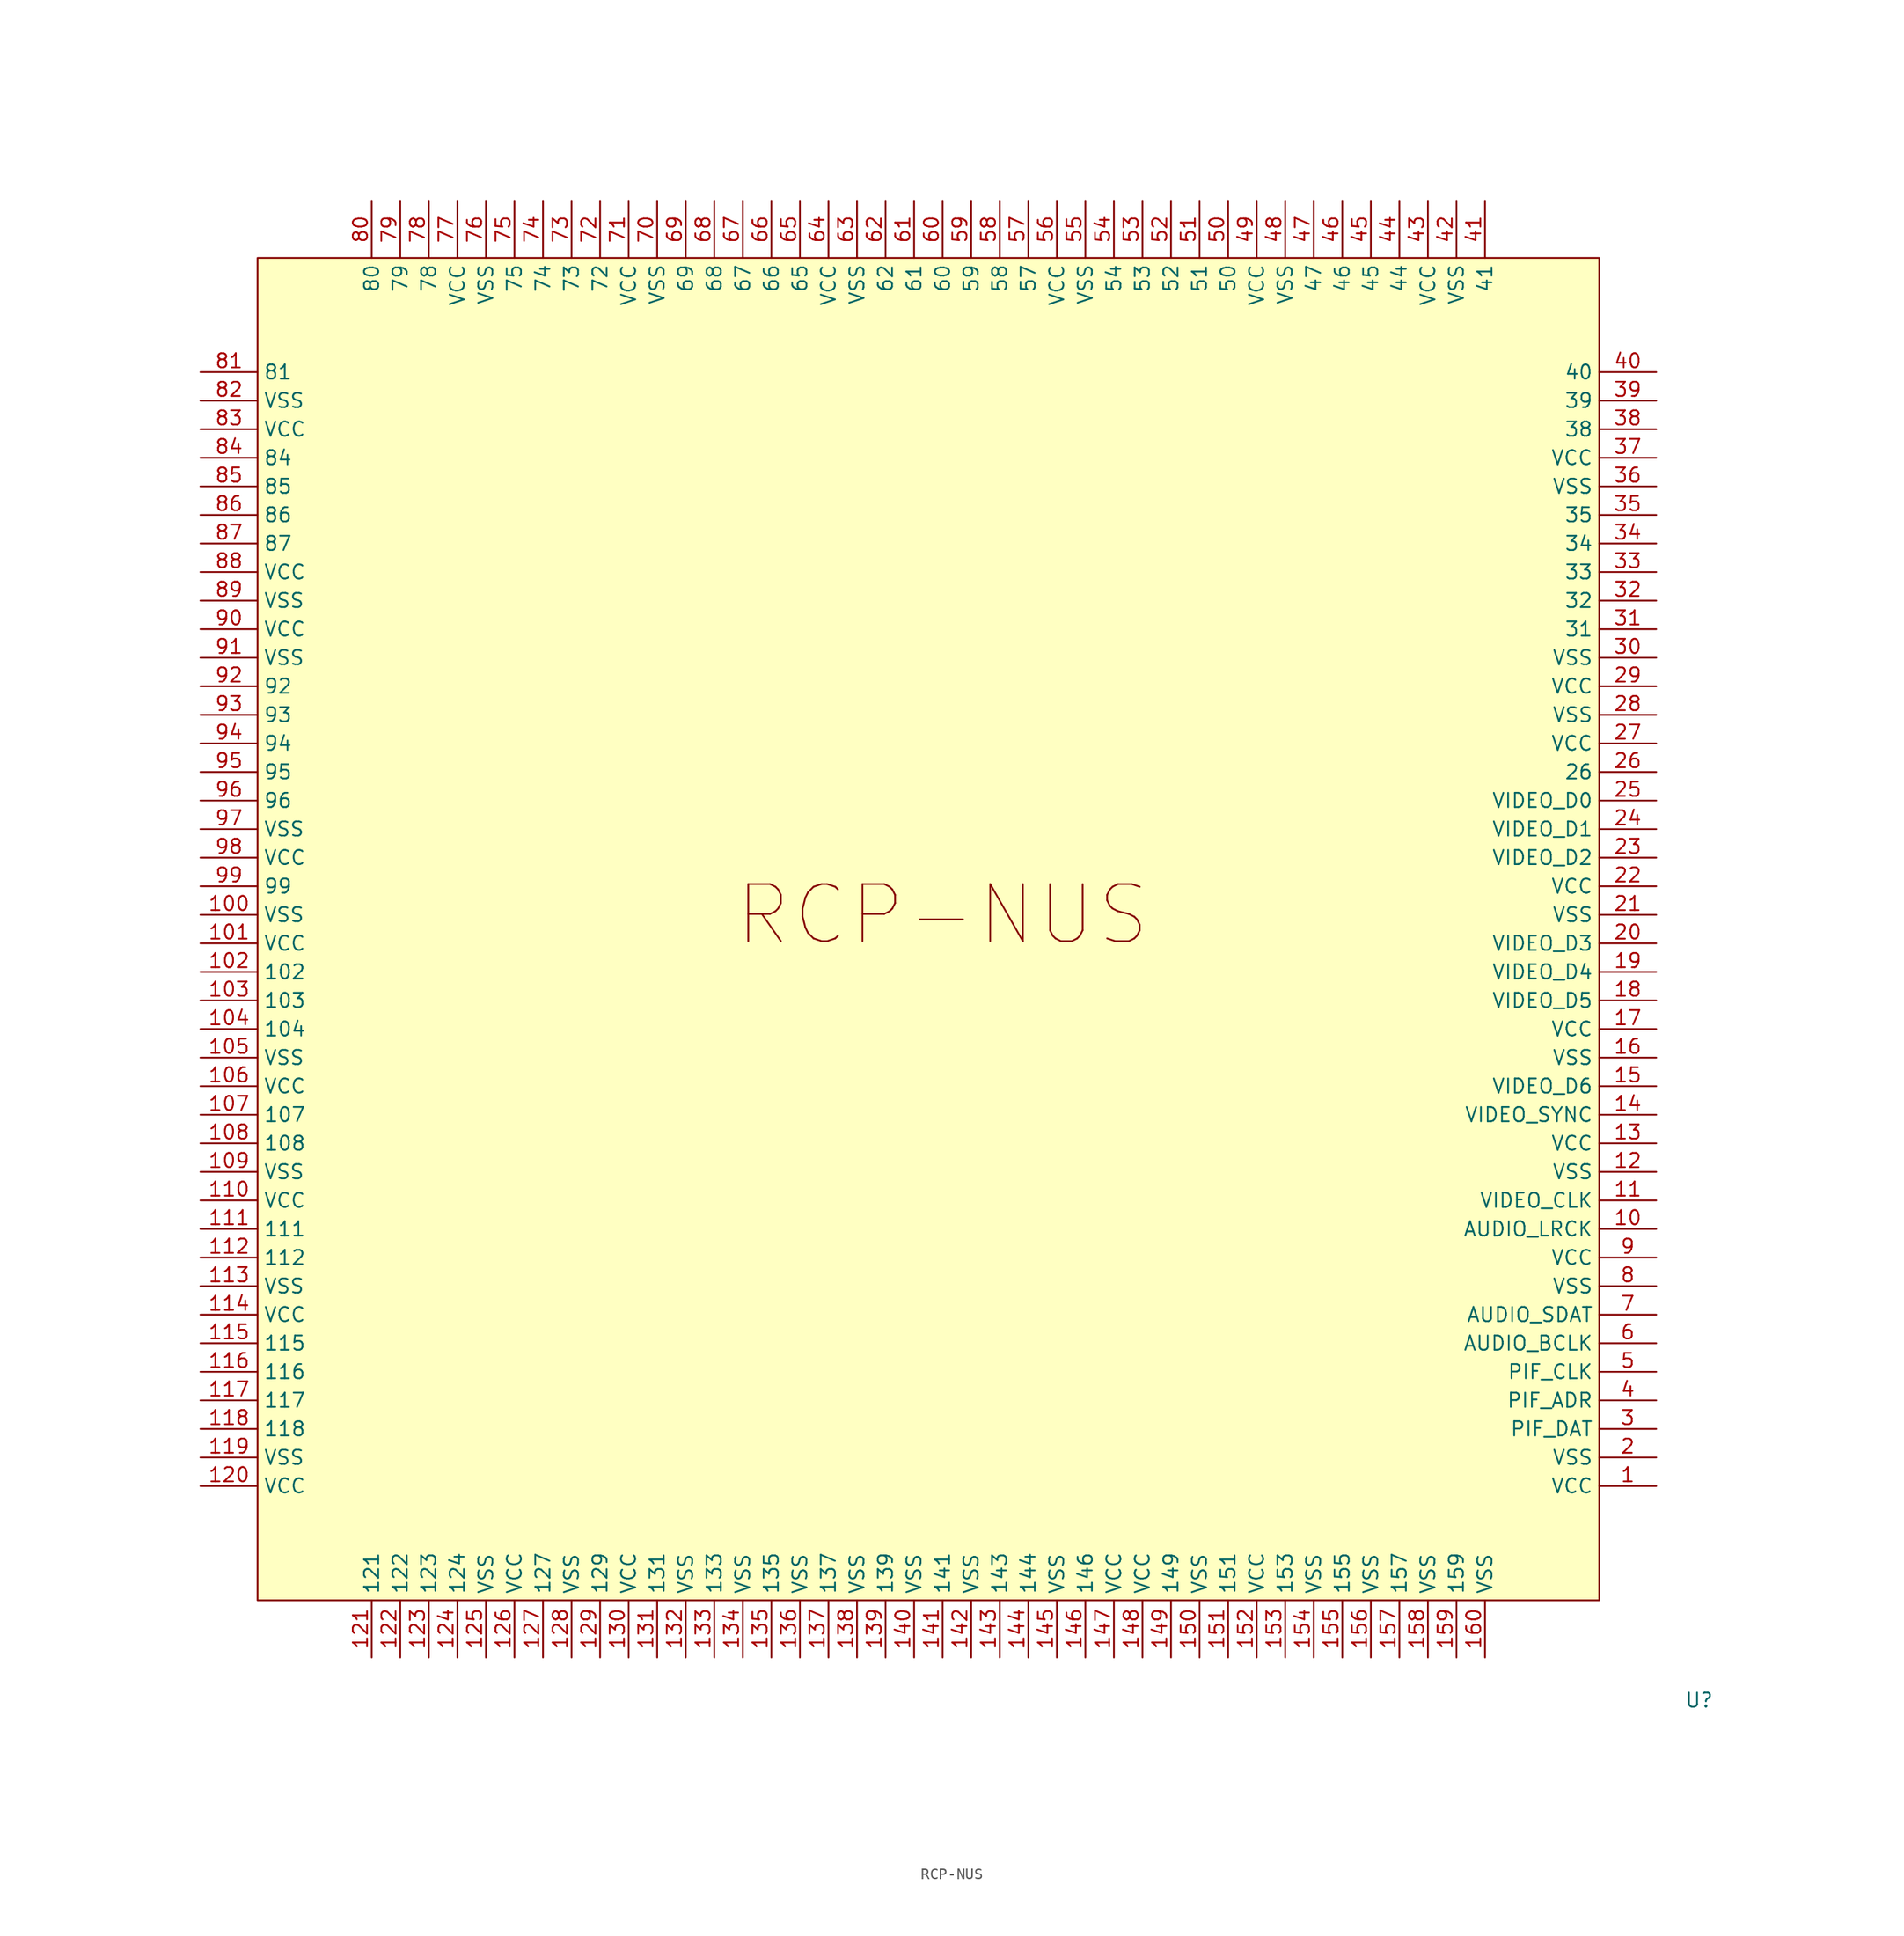
<source format=kicad_sym>
(kicad_symbol_lib
  (version 20220914)
  (generator kicad_symbol_editor)
  (symbol "RCP-NUS"
    (property "Reference" "U"
      (at 8.89 6.35 0)
      (effects (font (size 1.27 1.27))))
    (property "Value" ""
      (at 8.89 6.35 0)
      (effects (font (size 1.27 1.27))))
    (symbol "RCP-NUS_1_1"
      (rectangle (start -119.38 134.62) (end 0 15.24) (stroke (width 0) (type default)) (fill (type background)))
      (text "RCP-NUS" (at -58.42 76.2 0) (effects (font (size 5.08 5.08))))
      (pin bidirectional line (at 5.08 25.4 180) (length 5.08) (name "VCC" (effects (font (size 1.27 1.27)))) (number "1" (effects (font (size 1.27 1.27)))))
      (pin bidirectional line (at 5.08 48.26 180) (length 5.08) (name "AUDIO_LRCK" (effects (font (size 1.27 1.27)))) (number "10" (effects (font (size 1.27 1.27)))))
      (pin bidirectional line (at -124.46 76.2 0) (length 5.08) (name "VSS" (effects (font (size 1.27 1.27)))) (number "100" (effects (font (size 1.27 1.27)))))
      (pin bidirectional line (at -124.46 73.66 0) (length 5.08) (name "VCC" (effects (font (size 1.27 1.27)))) (number "101" (effects (font (size 1.27 1.27)))))
      (pin bidirectional line (at -124.46 71.12 0) (length 5.08) (name "102" (effects (font (size 1.27 1.27)))) (number "102" (effects (font (size 1.27 1.27)))))
      (pin bidirectional line (at -124.46 68.58 0) (length 5.08) (name "103" (effects (font (size 1.27 1.27)))) (number "103" (effects (font (size 1.27 1.27)))))
      (pin bidirectional line (at -124.46 66.04 0) (length 5.08) (name "104" (effects (font (size 1.27 1.27)))) (number "104" (effects (font (size 1.27 1.27)))))
      (pin bidirectional line (at -124.46 63.5 0) (length 5.08) (name "VSS" (effects (font (size 1.27 1.27)))) (number "105" (effects (font (size 1.27 1.27)))))
      (pin bidirectional line (at -124.46 60.96 0) (length 5.08) (name "VCC" (effects (font (size 1.27 1.27)))) (number "106" (effects (font (size 1.27 1.27)))))
      (pin bidirectional line (at -124.46 58.42 0) (length 5.08) (name "107" (effects (font (size 1.27 1.27)))) (number "107" (effects (font (size 1.27 1.27)))))
      (pin bidirectional line (at -124.46 55.88 0) (length 5.08) (name "108" (effects (font (size 1.27 1.27)))) (number "108" (effects (font (size 1.27 1.27)))))
      (pin bidirectional line (at -124.46 53.34 0) (length 5.08) (name "VSS" (effects (font (size 1.27 1.27)))) (number "109" (effects (font (size 1.27 1.27)))))
      (pin bidirectional line (at 5.08 50.8 180) (length 5.08) (name "VIDEO_CLK" (effects (font (size 1.27 1.27)))) (number "11" (effects (font (size 1.27 1.27)))))
      (pin bidirectional line (at -124.46 50.8 0) (length 5.08) (name "VCC" (effects (font (size 1.27 1.27)))) (number "110" (effects (font (size 1.27 1.27)))))
      (pin bidirectional line (at -124.46 48.26 0) (length 5.08) (name "111" (effects (font (size 1.27 1.27)))) (number "111" (effects (font (size 1.27 1.27)))))
      (pin bidirectional line (at -124.46 45.72 0) (length 5.08) (name "112" (effects (font (size 1.27 1.27)))) (number "112" (effects (font (size 1.27 1.27)))))
      (pin bidirectional line (at -124.46 43.18 0) (length 5.08) (name "VSS" (effects (font (size 1.27 1.27)))) (number "113" (effects (font (size 1.27 1.27)))))
      (pin bidirectional line (at -124.46 40.64 0) (length 5.08) (name "VCC" (effects (font (size 1.27 1.27)))) (number "114" (effects (font (size 1.27 1.27)))))
      (pin bidirectional line (at -124.46 38.1 0) (length 5.08) (name "115" (effects (font (size 1.27 1.27)))) (number "115" (effects (font (size 1.27 1.27)))))
      (pin bidirectional line (at -124.46 35.56 0) (length 5.08) (name "116" (effects (font (size 1.27 1.27)))) (number "116" (effects (font (size 1.27 1.27)))))
      (pin bidirectional line (at -124.46 33.02 0) (length 5.08) (name "117" (effects (font (size 1.27 1.27)))) (number "117" (effects (font (size 1.27 1.27)))))
      (pin bidirectional line (at -124.46 30.48 0) (length 5.08) (name "118" (effects (font (size 1.27 1.27)))) (number "118" (effects (font (size 1.27 1.27)))))
      (pin bidirectional line (at -124.46 27.94 0) (length 5.08) (name "VSS" (effects (font (size 1.27 1.27)))) (number "119" (effects (font (size 1.27 1.27)))))
      (pin bidirectional line (at 5.08 53.34 180) (length 5.08) (name "VSS" (effects (font (size 1.27 1.27)))) (number "12" (effects (font (size 1.27 1.27)))))
      (pin bidirectional line (at -124.46 25.4 0) (length 5.08) (name "VCC" (effects (font (size 1.27 1.27)))) (number "120" (effects (font (size 1.27 1.27)))))
      (pin bidirectional line (at -109.22 10.16 90) (length 5.08) (name "121" (effects (font (size 1.27 1.27)))) (number "121" (effects (font (size 1.27 1.27)))))
      (pin bidirectional line (at -106.68 10.16 90) (length 5.08) (name "122" (effects (font (size 1.27 1.27)))) (number "122" (effects (font (size 1.27 1.27)))))
      (pin bidirectional line (at -104.14 10.16 90) (length 5.08) (name "123" (effects (font (size 1.27 1.27)))) (number "123" (effects (font (size 1.27 1.27)))))
      (pin bidirectional line (at -101.6 10.16 90) (length 5.08) (name "124" (effects (font (size 1.27 1.27)))) (number "124" (effects (font (size 1.27 1.27)))))
      (pin bidirectional line (at -99.06 10.16 90) (length 5.08) (name "VSS" (effects (font (size 1.27 1.27)))) (number "125" (effects (font (size 1.27 1.27)))))
      (pin bidirectional line (at -96.52 10.16 90) (length 5.08) (name "VCC" (effects (font (size 1.27 1.27)))) (number "126" (effects (font (size 1.27 1.27)))))
      (pin bidirectional line (at -93.98 10.16 90) (length 5.08) (name "127" (effects (font (size 1.27 1.27)))) (number "127" (effects (font (size 1.27 1.27)))))
      (pin bidirectional line (at -91.44 10.16 90) (length 5.08) (name "VSS" (effects (font (size 1.27 1.27)))) (number "128" (effects (font (size 1.27 1.27)))))
      (pin bidirectional line (at -88.9 10.16 90) (length 5.08) (name "129" (effects (font (size 1.27 1.27)))) (number "129" (effects (font (size 1.27 1.27)))))
      (pin bidirectional line (at 5.08 55.88 180) (length 5.08) (name "VCC" (effects (font (size 1.27 1.27)))) (number "13" (effects (font (size 1.27 1.27)))))
      (pin bidirectional line (at -86.36 10.16 90) (length 5.08) (name "VCC" (effects (font (size 1.27 1.27)))) (number "130" (effects (font (size 1.27 1.27)))))
      (pin bidirectional line (at -83.82 10.16 90) (length 5.08) (name "131" (effects (font (size 1.27 1.27)))) (number "131" (effects (font (size 1.27 1.27)))))
      (pin bidirectional line (at -81.28 10.16 90) (length 5.08) (name "VSS" (effects (font (size 1.27 1.27)))) (number "132" (effects (font (size 1.27 1.27)))))
      (pin bidirectional line (at -78.74 10.16 90) (length 5.08) (name "133" (effects (font (size 1.27 1.27)))) (number "133" (effects (font (size 1.27 1.27)))))
      (pin bidirectional line (at -76.2 10.16 90) (length 5.08) (name "VSS" (effects (font (size 1.27 1.27)))) (number "134" (effects (font (size 1.27 1.27)))))
      (pin bidirectional line (at -73.66 10.16 90) (length 5.08) (name "135" (effects (font (size 1.27 1.27)))) (number "135" (effects (font (size 1.27 1.27)))))
      (pin bidirectional line (at -71.12 10.16 90) (length 5.08) (name "VSS" (effects (font (size 1.27 1.27)))) (number "136" (effects (font (size 1.27 1.27)))))
      (pin bidirectional line (at -68.58 10.16 90) (length 5.08) (name "137" (effects (font (size 1.27 1.27)))) (number "137" (effects (font (size 1.27 1.27)))))
      (pin bidirectional line (at -66.04 10.16 90) (length 5.08) (name "VSS" (effects (font (size 1.27 1.27)))) (number "138" (effects (font (size 1.27 1.27)))))
      (pin bidirectional line (at -63.5 10.16 90) (length 5.08) (name "139" (effects (font (size 1.27 1.27)))) (number "139" (effects (font (size 1.27 1.27)))))
      (pin bidirectional line (at 5.08 58.42 180) (length 5.08) (name "VIDEO_SYNC" (effects (font (size 1.27 1.27)))) (number "14" (effects (font (size 1.27 1.27)))))
      (pin bidirectional line (at -60.96 10.16 90) (length 5.08) (name "VSS" (effects (font (size 1.27 1.27)))) (number "140" (effects (font (size 1.27 1.27)))))
      (pin bidirectional line (at -58.42 10.16 90) (length 5.08) (name "141" (effects (font (size 1.27 1.27)))) (number "141" (effects (font (size 1.27 1.27)))))
      (pin bidirectional line (at -55.88 10.16 90) (length 5.08) (name "VSS" (effects (font (size 1.27 1.27)))) (number "142" (effects (font (size 1.27 1.27)))))
      (pin bidirectional line (at -53.34 10.16 90) (length 5.08) (name "143" (effects (font (size 1.27 1.27)))) (number "143" (effects (font (size 1.27 1.27)))))
      (pin bidirectional line (at -50.8 10.16 90) (length 5.08) (name "144" (effects (font (size 1.27 1.27)))) (number "144" (effects (font (size 1.27 1.27)))))
      (pin bidirectional line (at -48.26 10.16 90) (length 5.08) (name "VSS" (effects (font (size 1.27 1.27)))) (number "145" (effects (font (size 1.27 1.27)))))
      (pin bidirectional line (at -45.72 10.16 90) (length 5.08) (name "146" (effects (font (size 1.27 1.27)))) (number "146" (effects (font (size 1.27 1.27)))))
      (pin bidirectional line (at -43.18 10.16 90) (length 5.08) (name "VCC" (effects (font (size 1.27 1.27)))) (number "147" (effects (font (size 1.27 1.27)))))
      (pin bidirectional line (at -40.64 10.16 90) (length 5.08) (name "VCC" (effects (font (size 1.27 1.27)))) (number "148" (effects (font (size 1.27 1.27)))))
      (pin bidirectional line (at -38.1 10.16 90) (length 5.08) (name "149" (effects (font (size 1.27 1.27)))) (number "149" (effects (font (size 1.27 1.27)))))
      (pin bidirectional line (at 5.08 60.96 180) (length 5.08) (name "VIDEO_D6" (effects (font (size 1.27 1.27)))) (number "15" (effects (font (size 1.27 1.27)))))
      (pin bidirectional line (at -35.56 10.16 90) (length 5.08) (name "VSS" (effects (font (size 1.27 1.27)))) (number "150" (effects (font (size 1.27 1.27)))))
      (pin bidirectional line (at -33.02 10.16 90) (length 5.08) (name "151" (effects (font (size 1.27 1.27)))) (number "151" (effects (font (size 1.27 1.27)))))
      (pin bidirectional line (at -30.48 10.16 90) (length 5.08) (name "VCC" (effects (font (size 1.27 1.27)))) (number "152" (effects (font (size 1.27 1.27)))))
      (pin bidirectional line (at -27.94 10.16 90) (length 5.08) (name "153" (effects (font (size 1.27 1.27)))) (number "153" (effects (font (size 1.27 1.27)))))
      (pin bidirectional line (at -25.4 10.16 90) (length 5.08) (name "VSS" (effects (font (size 1.27 1.27)))) (number "154" (effects (font (size 1.27 1.27)))))
      (pin bidirectional line (at -22.86 10.16 90) (length 5.08) (name "155" (effects (font (size 1.27 1.27)))) (number "155" (effects (font (size 1.27 1.27)))))
      (pin bidirectional line (at -20.32 10.16 90) (length 5.08) (name "VSS" (effects (font (size 1.27 1.27)))) (number "156" (effects (font (size 1.27 1.27)))))
      (pin bidirectional line (at -17.78 10.16 90) (length 5.08) (name "157" (effects (font (size 1.27 1.27)))) (number "157" (effects (font (size 1.27 1.27)))))
      (pin bidirectional line (at -15.24 10.16 90) (length 5.08) (name "VSS" (effects (font (size 1.27 1.27)))) (number "158" (effects (font (size 1.27 1.27)))))
      (pin bidirectional line (at -12.7 10.16 90) (length 5.08) (name "159" (effects (font (size 1.27 1.27)))) (number "159" (effects (font (size 1.27 1.27)))))
      (pin bidirectional line (at 5.08 63.5 180) (length 5.08) (name "VSS" (effects (font (size 1.27 1.27)))) (number "16" (effects (font (size 1.27 1.27)))))
      (pin bidirectional line (at -10.16 10.16 90) (length 5.08) (name "VSS" (effects (font (size 1.27 1.27)))) (number "160" (effects (font (size 1.27 1.27)))))
      (pin bidirectional line (at 5.08 66.04 180) (length 5.08) (name "VCC" (effects (font (size 1.27 1.27)))) (number "17" (effects (font (size 1.27 1.27)))))
      (pin bidirectional line (at 5.08 68.58 180) (length 5.08) (name "VIDEO_D5" (effects (font (size 1.27 1.27)))) (number "18" (effects (font (size 1.27 1.27)))))
      (pin bidirectional line (at 5.08 71.12 180) (length 5.08) (name "VIDEO_D4" (effects (font (size 1.27 1.27)))) (number "19" (effects (font (size 1.27 1.27)))))
      (pin bidirectional line (at 5.08 27.94 180) (length 5.08) (name "VSS" (effects (font (size 1.27 1.27)))) (number "2" (effects (font (size 1.27 1.27)))))
      (pin bidirectional line (at 5.08 73.66 180) (length 5.08) (name "VIDEO_D3" (effects (font (size 1.27 1.27)))) (number "20" (effects (font (size 1.27 1.27)))))
      (pin bidirectional line (at 5.08 76.2 180) (length 5.08) (name "VSS" (effects (font (size 1.27 1.27)))) (number "21" (effects (font (size 1.27 1.27)))))
      (pin bidirectional line (at 5.08 78.74 180) (length 5.08) (name "VCC" (effects (font (size 1.27 1.27)))) (number "22" (effects (font (size 1.27 1.27)))))
      (pin bidirectional line (at 5.08 81.28 180) (length 5.08) (name "VIDEO_D2" (effects (font (size 1.27 1.27)))) (number "23" (effects (font (size 1.27 1.27)))))
      (pin bidirectional line (at 5.08 83.82 180) (length 5.08) (name "VIDEO_D1" (effects (font (size 1.27 1.27)))) (number "24" (effects (font (size 1.27 1.27)))))
      (pin bidirectional line (at 5.08 86.36 180) (length 5.08) (name "VIDEO_D0" (effects (font (size 1.27 1.27)))) (number "25" (effects (font (size 1.27 1.27)))))
      (pin bidirectional line (at 5.08 88.9 180) (length 5.08) (name "26" (effects (font (size 1.27 1.27)))) (number "26" (effects (font (size 1.27 1.27)))))
      (pin bidirectional line (at 5.08 91.44 180) (length 5.08) (name "VCC" (effects (font (size 1.27 1.27)))) (number "27" (effects (font (size 1.27 1.27)))))
      (pin bidirectional line (at 5.08 93.98 180) (length 5.08) (name "VSS" (effects (font (size 1.27 1.27)))) (number "28" (effects (font (size 1.27 1.27)))))
      (pin bidirectional line (at 5.08 96.52 180) (length 5.08) (name "VCC" (effects (font (size 1.27 1.27)))) (number "29" (effects (font (size 1.27 1.27)))))
      (pin bidirectional line (at 5.08 30.48 180) (length 5.08) (name "PIF_DAT" (effects (font (size 1.27 1.27)))) (number "3" (effects (font (size 1.27 1.27)))))
      (pin bidirectional line (at 5.08 99.06 180) (length 5.08) (name "VSS" (effects (font (size 1.27 1.27)))) (number "30" (effects (font (size 1.27 1.27)))))
      (pin bidirectional line (at 5.08 101.6 180) (length 5.08) (name "31" (effects (font (size 1.27 1.27)))) (number "31" (effects (font (size 1.27 1.27)))))
      (pin bidirectional line (at 5.08 104.14 180) (length 5.08) (name "32" (effects (font (size 1.27 1.27)))) (number "32" (effects (font (size 1.27 1.27)))))
      (pin bidirectional line (at 5.08 106.68 180) (length 5.08) (name "33" (effects (font (size 1.27 1.27)))) (number "33" (effects (font (size 1.27 1.27)))))
      (pin bidirectional line (at 5.08 109.22 180) (length 5.08) (name "34" (effects (font (size 1.27 1.27)))) (number "34" (effects (font (size 1.27 1.27)))))
      (pin bidirectional line (at 5.08 111.76 180) (length 5.08) (name "35" (effects (font (size 1.27 1.27)))) (number "35" (effects (font (size 1.27 1.27)))))
      (pin bidirectional line (at 5.08 114.3 180) (length 5.08) (name "VSS" (effects (font (size 1.27 1.27)))) (number "36" (effects (font (size 1.27 1.27)))))
      (pin bidirectional line (at 5.08 116.84 180) (length 5.08) (name "VCC" (effects (font (size 1.27 1.27)))) (number "37" (effects (font (size 1.27 1.27)))))
      (pin bidirectional line (at 5.08 119.38 180) (length 5.08) (name "38" (effects (font (size 1.27 1.27)))) (number "38" (effects (font (size 1.27 1.27)))))
      (pin bidirectional line (at 5.08 121.92 180) (length 5.08) (name "39" (effects (font (size 1.27 1.27)))) (number "39" (effects (font (size 1.27 1.27)))))
      (pin bidirectional line (at 5.08 33.02 180) (length 5.08) (name "PIF_ADR" (effects (font (size 1.27 1.27)))) (number "4" (effects (font (size 1.27 1.27)))))
      (pin bidirectional line (at 5.08 124.46 180) (length 5.08) (name "40" (effects (font (size 1.27 1.27)))) (number "40" (effects (font (size 1.27 1.27)))))
      (pin bidirectional line (at -10.16 139.7 270) (length 5.08) (name "41" (effects (font (size 1.27 1.27)))) (number "41" (effects (font (size 1.27 1.27)))))
      (pin bidirectional line (at -12.7 139.7 270) (length 5.08) (name "VSS" (effects (font (size 1.27 1.27)))) (number "42" (effects (font (size 1.27 1.27)))))
      (pin bidirectional line (at -15.24 139.7 270) (length 5.08) (name "VCC" (effects (font (size 1.27 1.27)))) (number "43" (effects (font (size 1.27 1.27)))))
      (pin bidirectional line (at -17.78 139.7 270) (length 5.08) (name "44" (effects (font (size 1.27 1.27)))) (number "44" (effects (font (size 1.27 1.27)))))
      (pin bidirectional line (at -20.32 139.7 270) (length 5.08) (name "45" (effects (font (size 1.27 1.27)))) (number "45" (effects (font (size 1.27 1.27)))))
      (pin bidirectional line (at -22.86 139.7 270) (length 5.08) (name "46" (effects (font (size 1.27 1.27)))) (number "46" (effects (font (size 1.27 1.27)))))
      (pin bidirectional line (at -25.4 139.7 270) (length 5.08) (name "47" (effects (font (size 1.27 1.27)))) (number "47" (effects (font (size 1.27 1.27)))))
      (pin bidirectional line (at -27.94 139.7 270) (length 5.08) (name "VSS" (effects (font (size 1.27 1.27)))) (number "48" (effects (font (size 1.27 1.27)))))
      (pin bidirectional line (at -30.48 139.7 270) (length 5.08) (name "VCC" (effects (font (size 1.27 1.27)))) (number "49" (effects (font (size 1.27 1.27)))))
      (pin bidirectional line (at 5.08 35.56 180) (length 5.08) (name "PIF_CLK" (effects (font (size 1.27 1.27)))) (number "5" (effects (font (size 1.27 1.27)))))
      (pin bidirectional line (at -33.02 139.7 270) (length 5.08) (name "50" (effects (font (size 1.27 1.27)))) (number "50" (effects (font (size 1.27 1.27)))))
      (pin bidirectional line (at -35.56 139.7 270) (length 5.08) (name "51" (effects (font (size 1.27 1.27)))) (number "51" (effects (font (size 1.27 1.27)))))
      (pin bidirectional line (at -38.1 139.7 270) (length 5.08) (name "52" (effects (font (size 1.27 1.27)))) (number "52" (effects (font (size 1.27 1.27)))))
      (pin bidirectional line (at -40.64 139.7 270) (length 5.08) (name "53" (effects (font (size 1.27 1.27)))) (number "53" (effects (font (size 1.27 1.27)))))
      (pin bidirectional line (at -43.18 139.7 270) (length 5.08) (name "54" (effects (font (size 1.27 1.27)))) (number "54" (effects (font (size 1.27 1.27)))))
      (pin bidirectional line (at -45.72 139.7 270) (length 5.08) (name "VSS" (effects (font (size 1.27 1.27)))) (number "55" (effects (font (size 1.27 1.27)))))
      (pin bidirectional line (at -48.26 139.7 270) (length 5.08) (name "VCC" (effects (font (size 1.27 1.27)))) (number "56" (effects (font (size 1.27 1.27)))))
      (pin bidirectional line (at -50.8 139.7 270) (length 5.08) (name "57" (effects (font (size 1.27 1.27)))) (number "57" (effects (font (size 1.27 1.27)))))
      (pin bidirectional line (at -53.34 139.7 270) (length 5.08) (name "58" (effects (font (size 1.27 1.27)))) (number "58" (effects (font (size 1.27 1.27)))))
      (pin bidirectional line (at -55.88 139.7 270) (length 5.08) (name "59" (effects (font (size 1.27 1.27)))) (number "59" (effects (font (size 1.27 1.27)))))
      (pin bidirectional line (at 5.08 38.1 180) (length 5.08) (name "AUDIO_BCLK" (effects (font (size 1.27 1.27)))) (number "6" (effects (font (size 1.27 1.27)))))
      (pin bidirectional line (at -58.42 139.7 270) (length 5.08) (name "60" (effects (font (size 1.27 1.27)))) (number "60" (effects (font (size 1.27 1.27)))))
      (pin bidirectional line (at -60.96 139.7 270) (length 5.08) (name "61" (effects (font (size 1.27 1.27)))) (number "61" (effects (font (size 1.27 1.27)))))
      (pin bidirectional line (at -63.5 139.7 270) (length 5.08) (name "62" (effects (font (size 1.27 1.27)))) (number "62" (effects (font (size 1.27 1.27)))))
      (pin bidirectional line (at -66.04 139.7 270) (length 5.08) (name "VSS" (effects (font (size 1.27 1.27)))) (number "63" (effects (font (size 1.27 1.27)))))
      (pin bidirectional line (at -68.58 139.7 270) (length 5.08) (name "VCC" (effects (font (size 1.27 1.27)))) (number "64" (effects (font (size 1.27 1.27)))))
      (pin bidirectional line (at -71.12 139.7 270) (length 5.08) (name "65" (effects (font (size 1.27 1.27)))) (number "65" (effects (font (size 1.27 1.27)))))
      (pin bidirectional line (at -73.66 139.7 270) (length 5.08) (name "66" (effects (font (size 1.27 1.27)))) (number "66" (effects (font (size 1.27 1.27)))))
      (pin bidirectional line (at -76.2 139.7 270) (length 5.08) (name "67" (effects (font (size 1.27 1.27)))) (number "67" (effects (font (size 1.27 1.27)))))
      (pin bidirectional line (at -78.74 139.7 270) (length 5.08) (name "68" (effects (font (size 1.27 1.27)))) (number "68" (effects (font (size 1.27 1.27)))))
      (pin bidirectional line (at -81.28 139.7 270) (length 5.08) (name "69" (effects (font (size 1.27 1.27)))) (number "69" (effects (font (size 1.27 1.27)))))
      (pin bidirectional line (at 5.08 40.64 180) (length 5.08) (name "AUDIO_SDAT" (effects (font (size 1.27 1.27)))) (number "7" (effects (font (size 1.27 1.27)))))
      (pin bidirectional line (at -83.82 139.7 270) (length 5.08) (name "VSS" (effects (font (size 1.27 1.27)))) (number "70" (effects (font (size 1.27 1.27)))))
      (pin bidirectional line (at -86.36 139.7 270) (length 5.08) (name "VCC" (effects (font (size 1.27 1.27)))) (number "71" (effects (font (size 1.27 1.27)))))
      (pin bidirectional line (at -88.9 139.7 270) (length 5.08) (name "72" (effects (font (size 1.27 1.27)))) (number "72" (effects (font (size 1.27 1.27)))))
      (pin bidirectional line (at -91.44 139.7 270) (length 5.08) (name "73" (effects (font (size 1.27 1.27)))) (number "73" (effects (font (size 1.27 1.27)))))
      (pin bidirectional line (at -93.98 139.7 270) (length 5.08) (name "74" (effects (font (size 1.27 1.27)))) (number "74" (effects (font (size 1.27 1.27)))))
      (pin bidirectional line (at -96.52 139.7 270) (length 5.08) (name "75" (effects (font (size 1.27 1.27)))) (number "75" (effects (font (size 1.27 1.27)))))
      (pin bidirectional line (at -99.06 139.7 270) (length 5.08) (name "VSS" (effects (font (size 1.27 1.27)))) (number "76" (effects (font (size 1.27 1.27)))))
      (pin bidirectional line (at -101.6 139.7 270) (length 5.08) (name "VCC" (effects (font (size 1.27 1.27)))) (number "77" (effects (font (size 1.27 1.27)))))
      (pin bidirectional line (at -104.14 139.7 270) (length 5.08) (name "78" (effects (font (size 1.27 1.27)))) (number "78" (effects (font (size 1.27 1.27)))))
      (pin bidirectional line (at -106.68 139.7 270) (length 5.08) (name "79" (effects (font (size 1.27 1.27)))) (number "79" (effects (font (size 1.27 1.27)))))
      (pin bidirectional line (at 5.08 43.18 180) (length 5.08) (name "VSS" (effects (font (size 1.27 1.27)))) (number "8" (effects (font (size 1.27 1.27)))))
      (pin bidirectional line (at -109.22 139.7 270) (length 5.08) (name "80" (effects (font (size 1.27 1.27)))) (number "80" (effects (font (size 1.27 1.27)))))
      (pin bidirectional line (at -124.46 124.46 0) (length 5.08) (name "81" (effects (font (size 1.27 1.27)))) (number "81" (effects (font (size 1.27 1.27)))))
      (pin bidirectional line (at -124.46 121.92 0) (length 5.08) (name "VSS" (effects (font (size 1.27 1.27)))) (number "82" (effects (font (size 1.27 1.27)))))
      (pin bidirectional line (at -124.46 119.38 0) (length 5.08) (name "VCC" (effects (font (size 1.27 1.27)))) (number "83" (effects (font (size 1.27 1.27)))))
      (pin bidirectional line (at -124.46 116.84 0) (length 5.08) (name "84" (effects (font (size 1.27 1.27)))) (number "84" (effects (font (size 1.27 1.27)))))
      (pin bidirectional line (at -124.46 114.3 0) (length 5.08) (name "85" (effects (font (size 1.27 1.27)))) (number "85" (effects (font (size 1.27 1.27)))))
      (pin bidirectional line (at -124.46 111.76 0) (length 5.08) (name "86" (effects (font (size 1.27 1.27)))) (number "86" (effects (font (size 1.27 1.27)))))
      (pin bidirectional line (at -124.46 109.22 0) (length 5.08) (name "87" (effects (font (size 1.27 1.27)))) (number "87" (effects (font (size 1.27 1.27)))))
      (pin bidirectional line (at -124.46 106.68 0) (length 5.08) (name "VCC" (effects (font (size 1.27 1.27)))) (number "88" (effects (font (size 1.27 1.27)))))
      (pin bidirectional line (at -124.46 104.14 0) (length 5.08) (name "VSS" (effects (font (size 1.27 1.27)))) (number "89" (effects (font (size 1.27 1.27)))))
      (pin bidirectional line (at 5.08 45.72 180) (length 5.08) (name "VCC" (effects (font (size 1.27 1.27)))) (number "9" (effects (font (size 1.27 1.27)))))
      (pin bidirectional line (at -124.46 101.6 0) (length 5.08) (name "VCC" (effects (font (size 1.27 1.27)))) (number "90" (effects (font (size 1.27 1.27)))))
      (pin bidirectional line (at -124.46 99.06 0) (length 5.08) (name "VSS" (effects (font (size 1.27 1.27)))) (number "91" (effects (font (size 1.27 1.27)))))
      (pin bidirectional line (at -124.46 96.52 0) (length 5.08) (name "92" (effects (font (size 1.27 1.27)))) (number "92" (effects (font (size 1.27 1.27)))))
      (pin bidirectional line (at -124.46 93.98 0) (length 5.08) (name "93" (effects (font (size 1.27 1.27)))) (number "93" (effects (font (size 1.27 1.27)))))
      (pin bidirectional line (at -124.46 91.44 0) (length 5.08) (name "94" (effects (font (size 1.27 1.27)))) (number "94" (effects (font (size 1.27 1.27)))))
      (pin bidirectional line (at -124.46 88.9 0) (length 5.08) (name "95" (effects (font (size 1.27 1.27)))) (number "95" (effects (font (size 1.27 1.27)))))
      (pin bidirectional line (at -124.46 86.36 0) (length 5.08) (name "96" (effects (font (size 1.27 1.27)))) (number "96" (effects (font (size 1.27 1.27)))))
      (pin bidirectional line (at -124.46 83.82 0) (length 5.08) (name "VSS" (effects (font (size 1.27 1.27)))) (number "97" (effects (font (size 1.27 1.27)))))
      (pin bidirectional line (at -124.46 81.28 0) (length 5.08) (name "VCC" (effects (font (size 1.27 1.27)))) (number "98" (effects (font (size 1.27 1.27)))))
      (pin bidirectional line (at -124.46 78.74 0) (length 5.08) (name "99" (effects (font (size 1.27 1.27)))) (number "99" (effects (font (size 1.27 1.27))))))))
</source>
